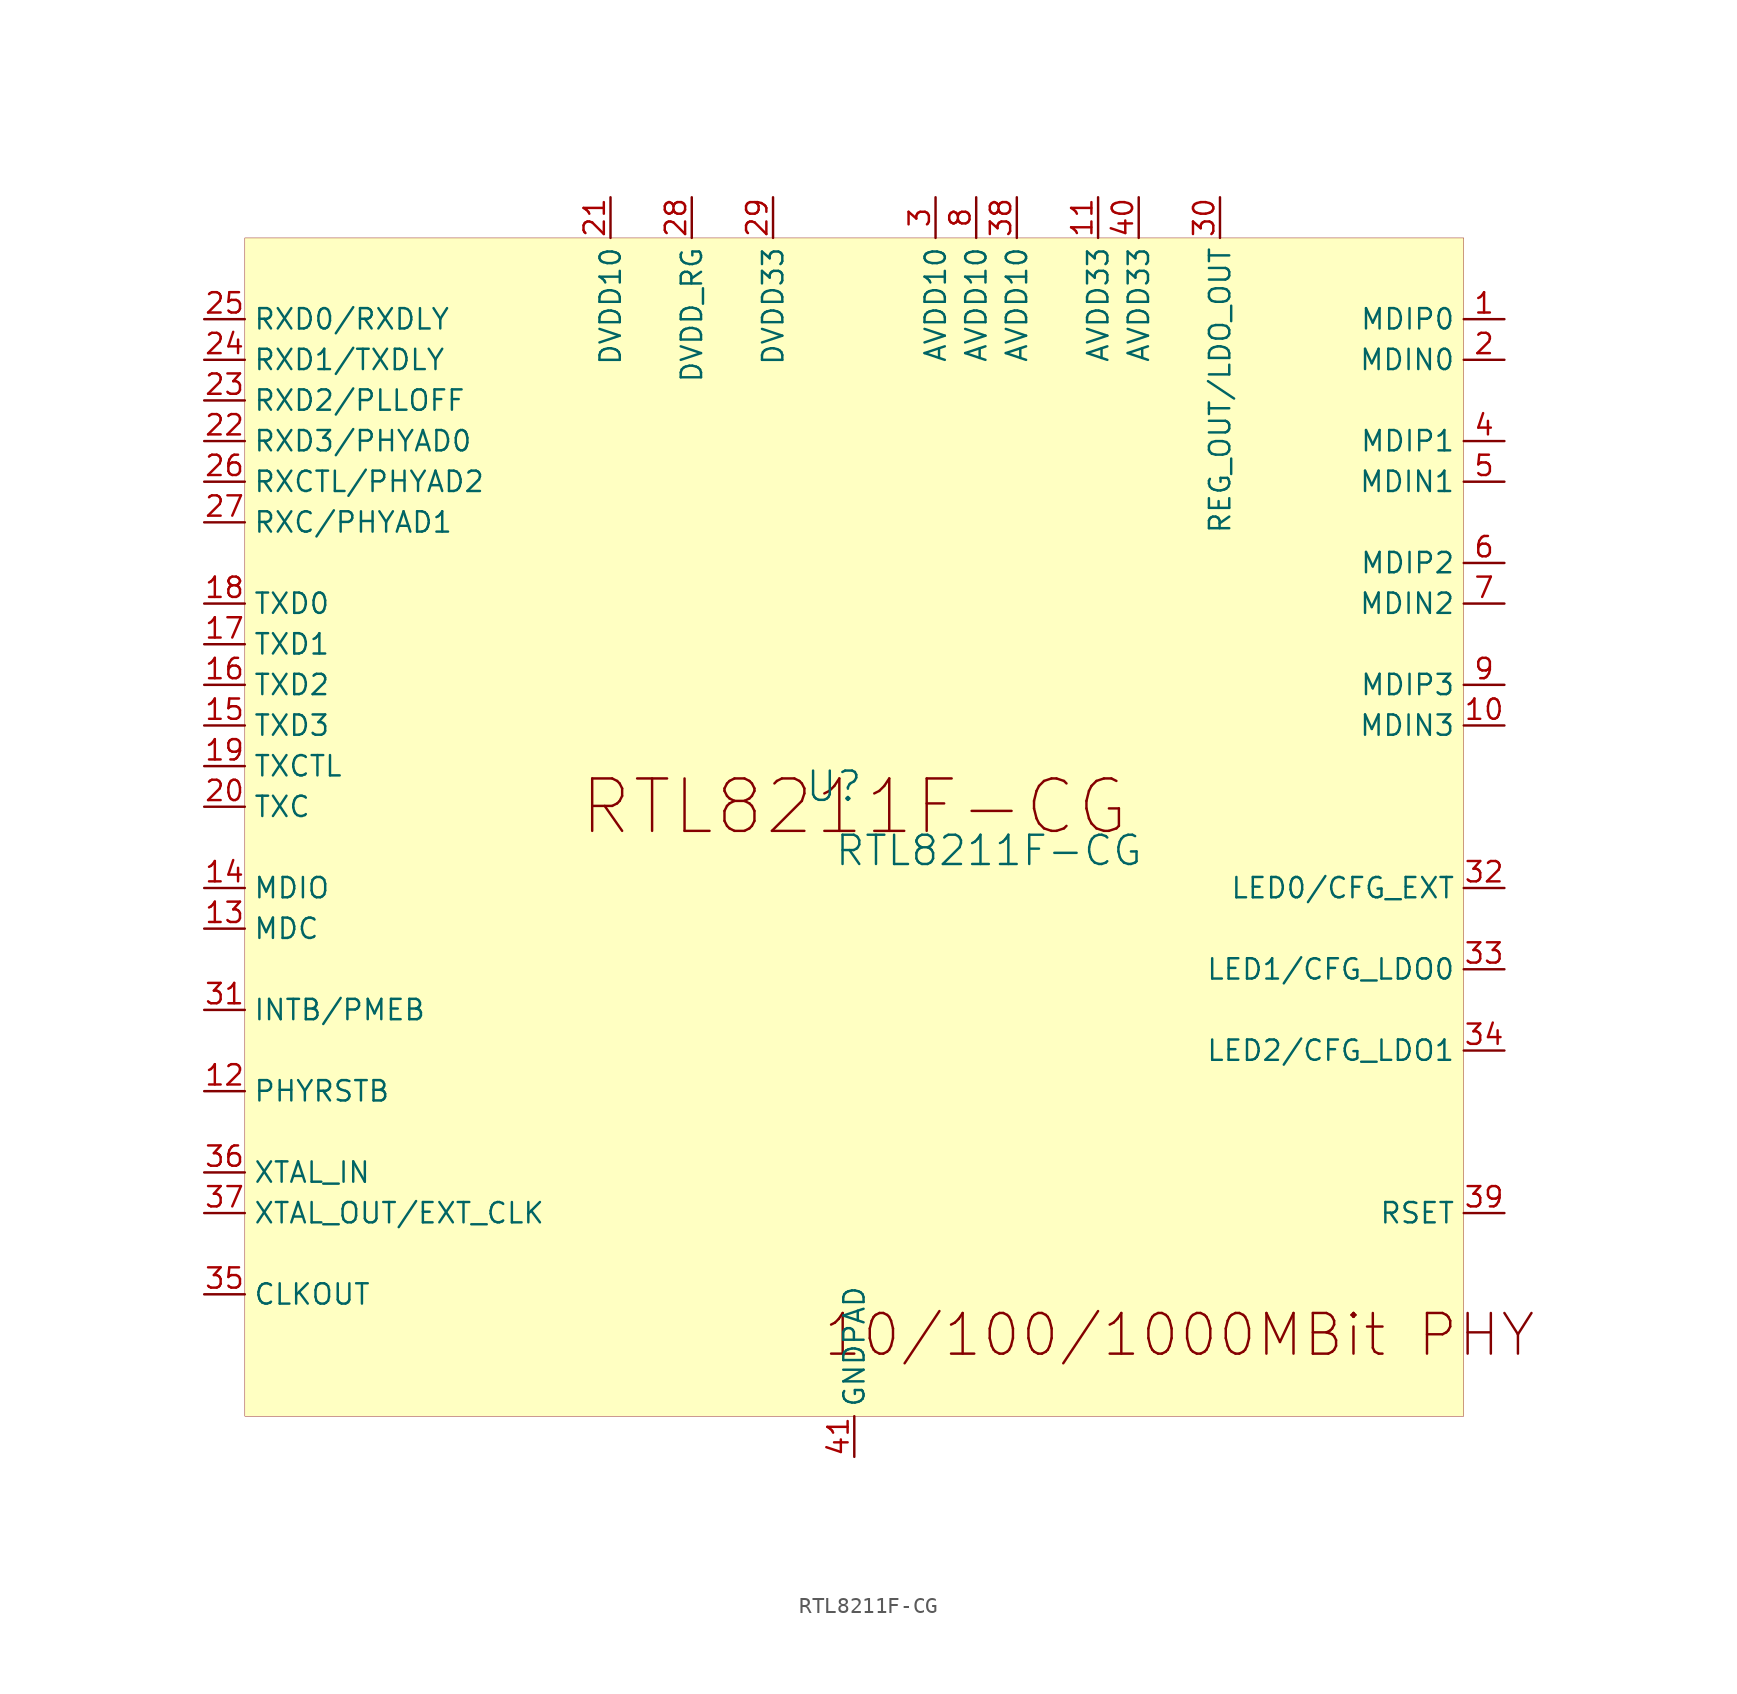
<source format=kicad_sym>
(kicad_symbol_lib
  (version 20231120)
  (generator "kicad_symbol_editor")
  (generator_version "8.0")
  (symbol "RTL8211F-CG"
    (property "Reference" "U"
      (at -1.27 1.27 0)
      (effects (font (size 1.829 1.829))))
    (property "Value" "RTL8211F-CG"
      (at -1.27 -3.81 0)
      (effects (font (size 1.829 1.829)) (justify left bottom)))
    (symbol "RTL8211F-CG_1_0"
      (rectangle (start 38.1 35.56) (end -38.1 -38.1) (stroke (width 0.025) (type solid) (color 128 0 0 1)) (fill (type background)))
      (text "10/100/1000MBit PHY" (at 20.32 -33.02 0) (effects (font (size 2.54 2.54))))
      (text "RTL8211F-CG" (at 0 0 0) (effects (font (size 3.277 3.277))))
      (pin bidirectional line (at 40.64 30.48 180) (length 2.54) (name "MDIP0" (effects (font (size 1.27 1.27)))) (number "1" (effects (font (size 1.27 1.27)))))
      (pin bidirectional line (at 40.64 5.08 180) (length 2.54) (name "MDIN3" (effects (font (size 1.27 1.27)))) (number "10" (effects (font (size 1.27 1.27)))))
      (pin power_in line (at 15.24 38.1 270) (length 2.54) (name "AVDD33" (effects (font (size 1.27 1.27)))) (number "11" (effects (font (size 1.27 1.27)))))
      (pin input line (at -40.64 -17.78 0) (length 2.54) (name "PHYRSTB" (effects (font (size 1.27 1.27)))) (number "12" (effects (font (size 1.27 1.27)))))
      (pin input line (at -40.64 -7.62 0) (length 2.54) (name "MDC" (effects (font (size 1.27 1.27)))) (number "13" (effects (font (size 1.27 1.27)))))
      (pin bidirectional line (at -40.64 -5.08 0) (length 2.54) (name "MDIO" (effects (font (size 1.27 1.27)))) (number "14" (effects (font (size 1.27 1.27)))))
      (pin input line (at -40.64 5.08 0) (length 2.54) (name "TXD3" (effects (font (size 1.27 1.27)))) (number "15" (effects (font (size 1.27 1.27)))))
      (pin input line (at -40.64 7.62 0) (length 2.54) (name "TXD2" (effects (font (size 1.27 1.27)))) (number "16" (effects (font (size 1.27 1.27)))))
      (pin input line (at -40.64 10.16 0) (length 2.54) (name "TXD1" (effects (font (size 1.27 1.27)))) (number "17" (effects (font (size 1.27 1.27)))))
      (pin input line (at -40.64 12.7 0) (length 2.54) (name "TXD0" (effects (font (size 1.27 1.27)))) (number "18" (effects (font (size 1.27 1.27)))))
      (pin input line (at -40.64 2.54 0) (length 2.54) (name "TXCTL" (effects (font (size 1.27 1.27)))) (number "19" (effects (font (size 1.27 1.27)))))
      (pin bidirectional line (at 40.64 27.94 180) (length 2.54) (name "MDIN0" (effects (font (size 1.27 1.27)))) (number "2" (effects (font (size 1.27 1.27)))))
      (pin input line (at -40.64 0 0) (length 2.54) (name "TXC" (effects (font (size 1.27 1.27)))) (number "20" (effects (font (size 1.27 1.27)))))
      (pin power_in line (at -15.24 38.1 270) (length 2.54) (name "DVDD10" (effects (font (size 1.27 1.27)))) (number "21" (effects (font (size 1.27 1.27)))))
      (pin output line (at -40.64 22.86 0) (length 2.54) (name "RXD3/PHYAD0" (effects (font (size 1.27 1.27)))) (number "22" (effects (font (size 1.27 1.27)))))
      (pin output line (at -40.64 25.4 0) (length 2.54) (name "RXD2/PLLOFF" (effects (font (size 1.27 1.27)))) (number "23" (effects (font (size 1.27 1.27)))))
      (pin output line (at -40.64 27.94 0) (length 2.54) (name "RXD1/TXDLY" (effects (font (size 1.27 1.27)))) (number "24" (effects (font (size 1.27 1.27)))))
      (pin output line (at -40.64 30.48 0) (length 2.54) (name "RXD0/RXDLY" (effects (font (size 1.27 1.27)))) (number "25" (effects (font (size 1.27 1.27)))))
      (pin output line (at -40.64 20.32 0) (length 2.54) (name "RXCTL/PHYAD2" (effects (font (size 1.27 1.27)))) (number "26" (effects (font (size 1.27 1.27)))))
      (pin output line (at -40.64 17.78 0) (length 2.54) (name "RXC/PHYAD1" (effects (font (size 1.27 1.27)))) (number "27" (effects (font (size 1.27 1.27)))))
      (pin power_in line (at -10.16 38.1 270) (length 2.54) (name "DVDD_RG" (effects (font (size 1.27 1.27)))) (number "28" (effects (font (size 1.27 1.27)))))
      (pin power_in line (at -5.08 38.1 270) (length 2.54) (name "DVDD33" (effects (font (size 1.27 1.27)))) (number "29" (effects (font (size 1.27 1.27)))))
      (pin power_in line (at 5.08 38.1 270) (length 2.54) (name "AVDD10" (effects (font (size 1.27 1.27)))) (number "3" (effects (font (size 1.27 1.27)))))
      (pin power_in line (at 22.86 38.1 270) (length 2.54) (name "REG_OUT/LDO_OUT" (effects (font (size 1.27 1.27)))) (number "30" (effects (font (size 1.27 1.27)))))
      (pin output line (at -40.64 -12.7 0) (length 2.54) (name "INTB/PMEB" (effects (font (size 1.27 1.27)))) (number "31" (effects (font (size 1.27 1.27)))))
      (pin output line (at 40.64 -5.08 180) (length 2.54) (name "LED0/CFG_EXT" (effects (font (size 1.27 1.27)))) (number "32" (effects (font (size 1.27 1.27)))))
      (pin output line (at 40.64 -10.16 180) (length 2.54) (name "LED1/CFG_LDO0" (effects (font (size 1.27 1.27)))) (number "33" (effects (font (size 1.27 1.27)))))
      (pin output line (at 40.64 -15.24 180) (length 2.54) (name "LED2/CFG_LDO1" (effects (font (size 1.27 1.27)))) (number "34" (effects (font (size 1.27 1.27)))))
      (pin output line (at -40.64 -30.48 0) (length 2.54) (name "CLKOUT" (effects (font (size 1.27 1.27)))) (number "35" (effects (font (size 1.27 1.27)))))
      (pin input line (at -40.64 -22.86 0) (length 2.54) (name "XTAL_IN" (effects (font (size 1.27 1.27)))) (number "36" (effects (font (size 1.27 1.27)))))
      (pin output line (at -40.64 -25.4 0) (length 2.54) (name "XTAL_OUT/EXT_CLK" (effects (font (size 1.27 1.27)))) (number "37" (effects (font (size 1.27 1.27)))))
      (pin power_in line (at 10.16 38.1 270) (length 2.54) (name "AVDD10" (effects (font (size 1.27 1.27)))) (number "38" (effects (font (size 1.27 1.27)))))
      (pin output line (at 40.64 -25.4 180) (length 2.54) (name "RSET" (effects (font (size 1.27 1.27)))) (number "39" (effects (font (size 1.27 1.27)))))
      (pin bidirectional line (at 40.64 22.86 180) (length 2.54) (name "MDIP1" (effects (font (size 1.27 1.27)))) (number "4" (effects (font (size 1.27 1.27)))))
      (pin power_in line (at 17.78 38.1 270) (length 2.54) (name "AVDD33" (effects (font (size 1.27 1.27)))) (number "40" (effects (font (size 1.27 1.27)))))
      (pin power_in line (at 0 -40.64 90) (length 2.54) (name "GNDPAD" (effects (font (size 1.27 1.27)))) (number "41" (effects (font (size 1.27 1.27)))))
      (pin bidirectional line (at 40.64 20.32 180) (length 2.54) (name "MDIN1" (effects (font (size 1.27 1.27)))) (number "5" (effects (font (size 1.27 1.27)))))
      (pin bidirectional line (at 40.64 15.24 180) (length 2.54) (name "MDIP2" (effects (font (size 1.27 1.27)))) (number "6" (effects (font (size 1.27 1.27)))))
      (pin bidirectional line (at 40.64 12.7 180) (length 2.54) (name "MDIN2" (effects (font (size 1.27 1.27)))) (number "7" (effects (font (size 1.27 1.27)))))
      (pin power_in line (at 7.62 38.1 270) (length 2.54) (name "AVDD10" (effects (font (size 1.27 1.27)))) (number "8" (effects (font (size 1.27 1.27)))))
      (pin bidirectional line (at 40.64 7.62 180) (length 2.54) (name "MDIP3" (effects (font (size 1.27 1.27)))) (number "9" (effects (font (size 1.27 1.27))))))))
</source>
